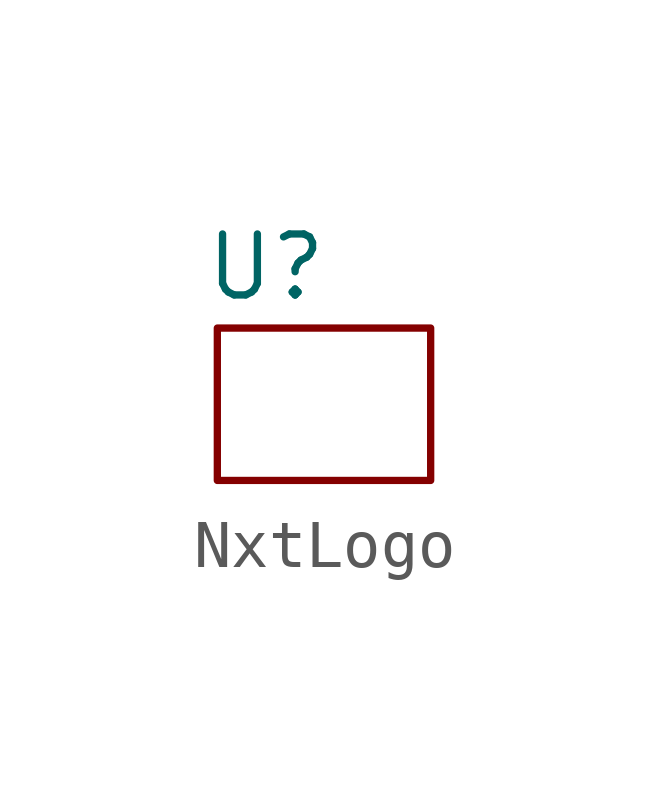
<source format=kicad_sym>
(kicad_symbol_lib
  (version 20220914)
  (generator kicad_symbol_editor)
  (symbol "NxtLogo"
    (property "Reference" "U"
      (at -1.27 2.794 0)
      (effects (font (size 1.27 1.27))))
    (property "Value" ""
      (at 0 0 0)
      (effects (font (size 1.27 1.27))))
    (symbol "NxtLogo_0_1"
      (rectangle (start -2.286 1.524) (end 2.159 -1.651) (stroke (width 0) (type default)) (fill (type none))))))
</source>
